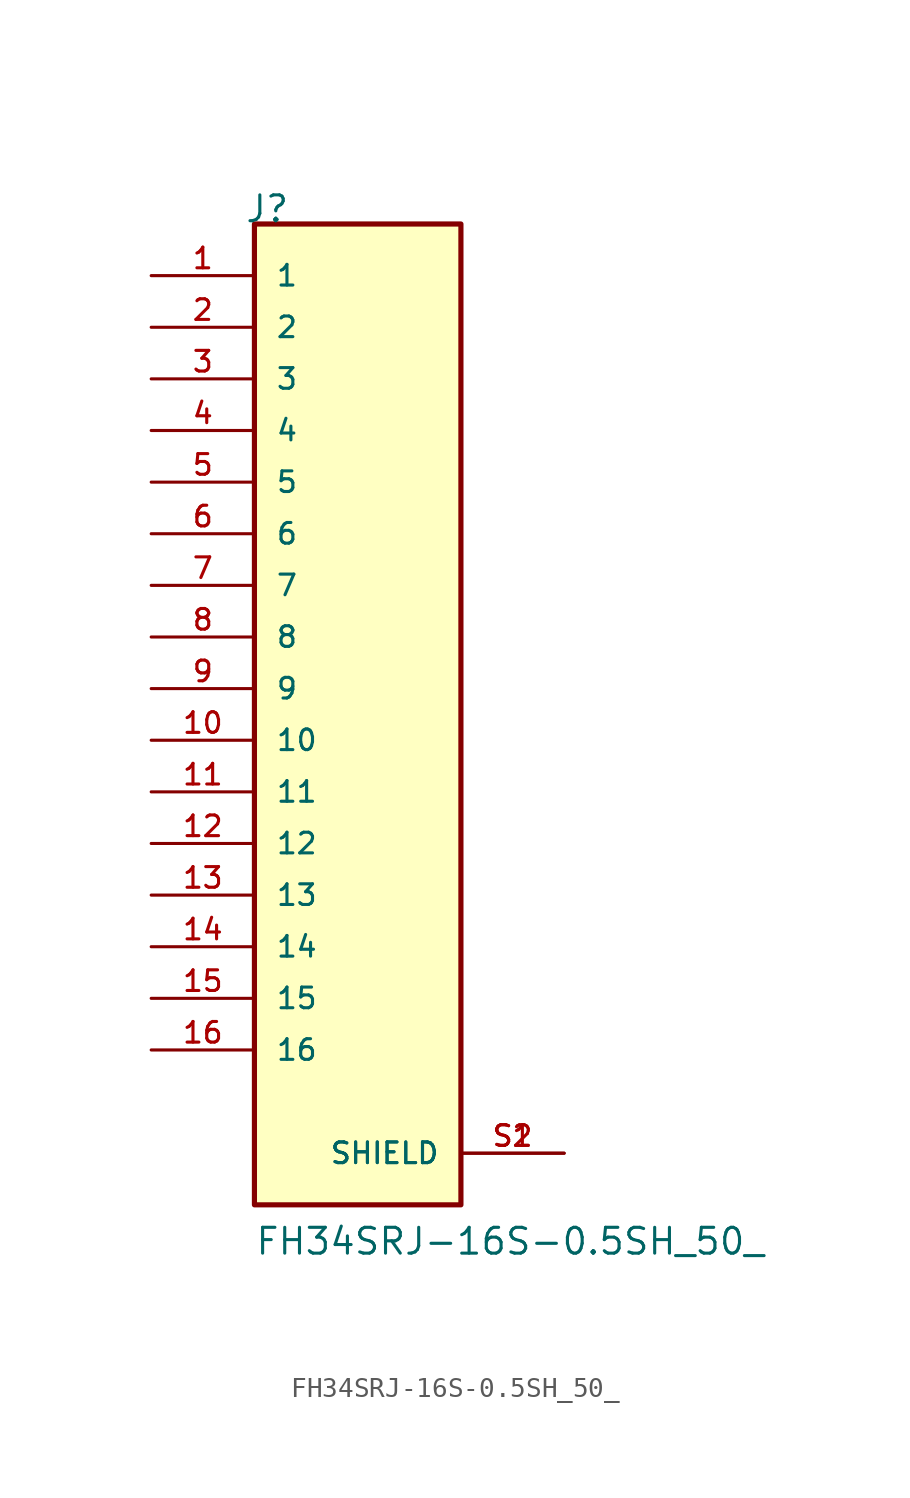
<source format=kicad_sym>
(kicad_symbol_lib
  (version 20211014)
  (generator kicad_symbol_editor)
  (symbol "FH34SRJ-16S-0.5SH_50_"
    (pin_names
      (offset 1.016))
    (property "Reference" "J"
      (at -5.58 22.86 0)
      (effects (font (size 1.27 1.27)) (justify bottom left)))
    (property "Value" "FH34SRJ-16S-0.5SH_50_"
      (at -5.08 -27.94 0)
      (effects (font (size 1.27 1.27)) (justify bottom left)))
    (symbol "FH34SRJ-16S-0.5SH_50__0_0"
      (rectangle (start -5.08 -25.4) (end 5.08 22.86) (stroke (width 0.254)) (fill (type background)))
      (pin passive line (at -10.16 20.32 0) (length 5.08) (name "1" (effects (font (size 1.016 1.016)))) (number "1" (effects (font (size 1.016 1.016)))))
      (pin passive line (at -10.16 17.78 0) (length 5.08) (name "2" (effects (font (size 1.016 1.016)))) (number "2" (effects (font (size 1.016 1.016)))))
      (pin passive line (at -10.16 15.24 0) (length 5.08) (name "3" (effects (font (size 1.016 1.016)))) (number "3" (effects (font (size 1.016 1.016)))))
      (pin passive line (at -10.16 12.7 0) (length 5.08) (name "4" (effects (font (size 1.016 1.016)))) (number "4" (effects (font (size 1.016 1.016)))))
      (pin passive line (at -10.16 10.16 0) (length 5.08) (name "5" (effects (font (size 1.016 1.016)))) (number "5" (effects (font (size 1.016 1.016)))))
      (pin passive line (at -10.16 7.62 0) (length 5.08) (name "6" (effects (font (size 1.016 1.016)))) (number "6" (effects (font (size 1.016 1.016)))))
      (pin passive line (at -10.16 5.08 0) (length 5.08) (name "7" (effects (font (size 1.016 1.016)))) (number "7" (effects (font (size 1.016 1.016)))))
      (pin passive line (at -10.16 2.54 0) (length 5.08) (name "8" (effects (font (size 1.016 1.016)))) (number "8" (effects (font (size 1.016 1.016)))))
      (pin passive line (at -10.16 0.0 0) (length 5.08) (name "9" (effects (font (size 1.016 1.016)))) (number "9" (effects (font (size 1.016 1.016)))))
      (pin passive line (at -10.16 -2.54 0) (length 5.08) (name "10" (effects (font (size 1.016 1.016)))) (number "10" (effects (font (size 1.016 1.016)))))
      (pin passive line (at -10.16 -5.08 0) (length 5.08) (name "11" (effects (font (size 1.016 1.016)))) (number "11" (effects (font (size 1.016 1.016)))))
      (pin passive line (at -10.16 -7.62 0) (length 5.08) (name "12" (effects (font (size 1.016 1.016)))) (number "12" (effects (font (size 1.016 1.016)))))
      (pin passive line (at -10.16 -10.16 0) (length 5.08) (name "13" (effects (font (size 1.016 1.016)))) (number "13" (effects (font (size 1.016 1.016)))))
      (pin passive line (at -10.16 -12.7 0) (length 5.08) (name "14" (effects (font (size 1.016 1.016)))) (number "14" (effects (font (size 1.016 1.016)))))
      (pin passive line (at -10.16 -15.24 0) (length 5.08) (name "15" (effects (font (size 1.016 1.016)))) (number "15" (effects (font (size 1.016 1.016)))))
      (pin passive line (at -10.16 -17.78 0) (length 5.08) (name "16" (effects (font (size 1.016 1.016)))) (number "16" (effects (font (size 1.016 1.016)))))
      (pin passive line (at 10.16 -22.86 180.0) (length 5.08) (name "SHIELD" (effects (font (size 1.016 1.016)))) (number "S1" (effects (font (size 1.016 1.016)))))
      (pin passive line (at 10.16 -22.86 180.0) (length 5.08) (name "SHIELD" (effects (font (size 1.016 1.016)))) (number "S2" (effects (font (size 1.016 1.016))))))))
</source>
